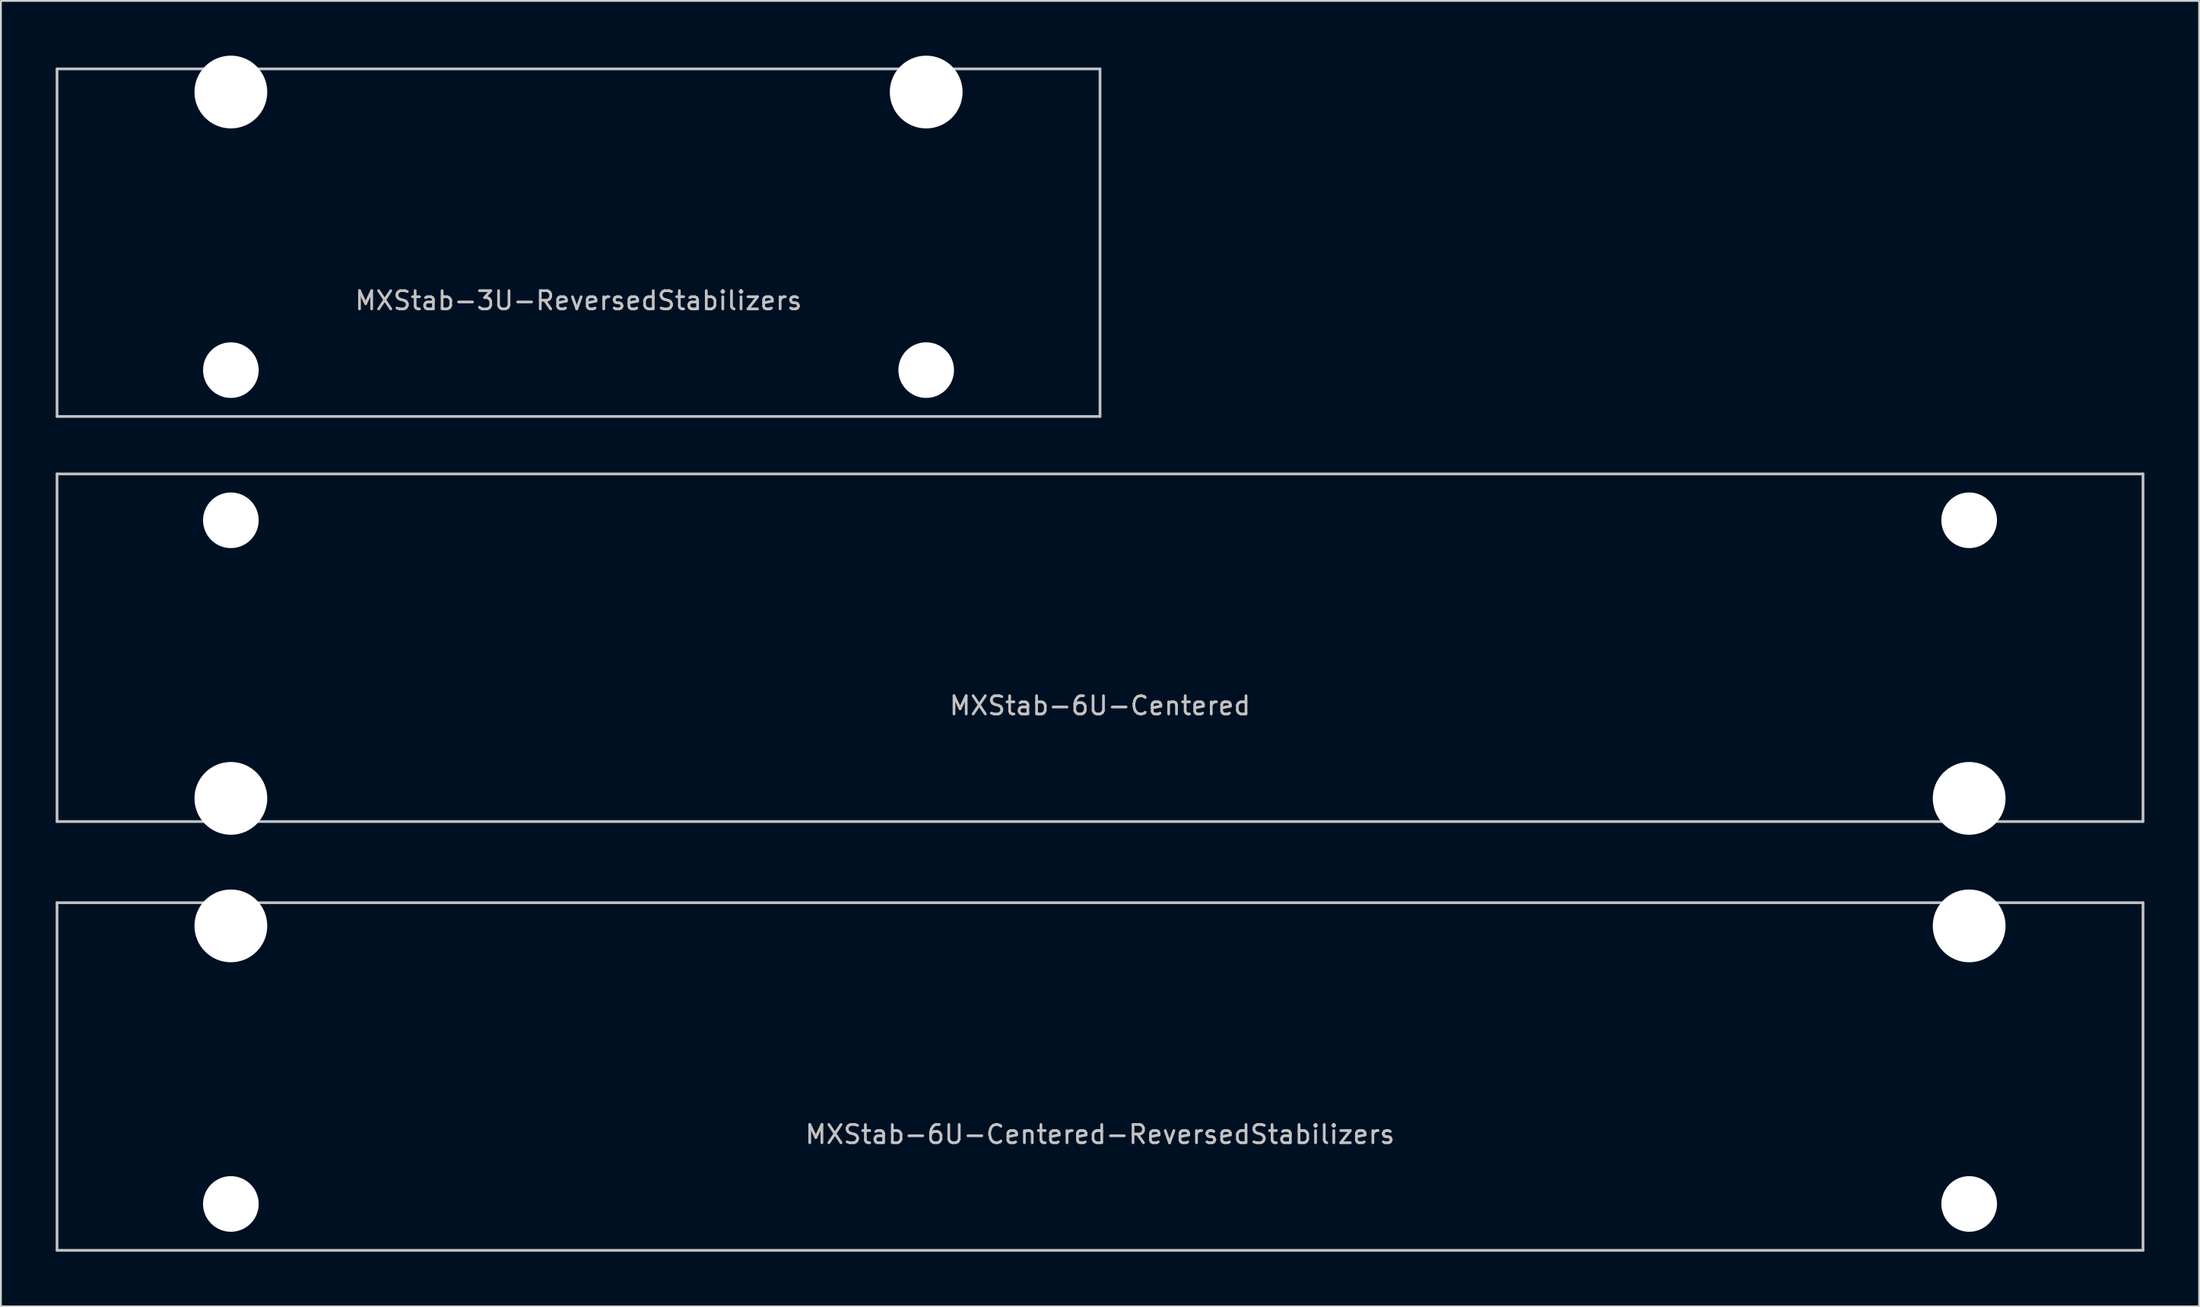
<source format=kicad_pcb>
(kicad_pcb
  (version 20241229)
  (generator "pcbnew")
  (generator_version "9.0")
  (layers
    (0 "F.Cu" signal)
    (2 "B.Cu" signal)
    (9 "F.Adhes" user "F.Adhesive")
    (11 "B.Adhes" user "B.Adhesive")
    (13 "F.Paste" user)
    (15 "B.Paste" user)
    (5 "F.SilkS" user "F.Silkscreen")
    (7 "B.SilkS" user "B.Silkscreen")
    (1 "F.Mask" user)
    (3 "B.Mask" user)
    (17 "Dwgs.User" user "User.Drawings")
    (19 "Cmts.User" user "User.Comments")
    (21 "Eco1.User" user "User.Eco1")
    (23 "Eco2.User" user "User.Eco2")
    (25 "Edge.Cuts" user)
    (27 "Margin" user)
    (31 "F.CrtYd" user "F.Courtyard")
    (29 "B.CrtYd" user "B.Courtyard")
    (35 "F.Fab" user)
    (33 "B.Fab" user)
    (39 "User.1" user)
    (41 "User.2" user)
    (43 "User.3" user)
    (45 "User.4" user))
  (footprint "MXStab-6U-Centered"
    (layer "F.Cu")
    (at 57.225 32.449)
    (property "Reference" "MXStab-6U-Centered" (at 0 3.175 0) (layer "Dwgs.User") (effects (font (size 1 1) (thickness 0.15))))
    (attr through_hole)
    (fp_line (start -57.15 -9.525) (end 57.15 -9.525) (stroke (width 0.15) (type solid)) (layer "Dwgs.User"))
    (fp_line (start -57.15 9.525) (end -57.15 -9.525) (stroke (width 0.15) (type solid)) (layer "Dwgs.User"))
    (fp_line (start -57.15 9.525) (end 57.15 9.525) (stroke (width 0.15) (type solid)) (layer "Dwgs.User"))
    (fp_line (start 57.15 -9.525) (end 57.15 9.525) (stroke (width 0.15) (type solid)) (layer "Dwgs.User"))
    (pad "" np_thru_hole circle (at -47.625 -6.985) (size 3.048 3.048) (drill 3.048) (layers "*.Cu" "*.Mask"))
    (pad "" np_thru_hole circle (at -47.625 8.255) (size 3.988 3.988) (drill 3.988) (layers "*.Cu" "*.Mask"))
    (pad "" np_thru_hole circle (at 47.625 -6.985) (size 3.048 3.048) (drill 3.048) (layers "*.Cu" "*.Mask"))
    (pad "" np_thru_hole circle (at 47.625 8.255) (size 3.988 3.988) (drill 3.988) (layers "*.Cu" "*.Mask")))
  (footprint "MXStab-6U-Centered-ReversedStabilizers"
    (layer "F.Cu")
    (at 57.225 55.947)
    (property "Reference" "MXStab-6U-Centered-ReversedStabilizers" (at 0 3.175 0) (layer "Dwgs.User") (effects (font (size 1 1) (thickness 0.15))))
    (attr through_hole)
    (fp_line (start -57.15 -9.525) (end 57.15 -9.525) (stroke (width 0.15) (type solid)) (layer "Dwgs.User"))
    (fp_line (start -57.15 9.525) (end -57.15 -9.525) (stroke (width 0.15) (type solid)) (layer "Dwgs.User"))
    (fp_line (start -57.15 9.525) (end 57.15 9.525) (stroke (width 0.15) (type solid)) (layer "Dwgs.User"))
    (fp_line (start 57.15 -9.525) (end 57.15 9.525) (stroke (width 0.15) (type solid)) (layer "Dwgs.User"))
    (pad "" np_thru_hole circle (at -47.625 -8.255) (size 3.988 3.988) (drill 3.988) (layers "*.Cu" "*.Mask"))
    (pad "" np_thru_hole circle (at -47.625 6.985) (size 3.048 3.048) (drill 3.048) (layers "*.Cu" "*.Mask"))
    (pad "" np_thru_hole circle (at 47.625 -8.255) (size 3.988 3.988) (drill 3.988) (layers "*.Cu" "*.Mask"))
    (pad "" np_thru_hole circle (at 47.625 6.985) (size 3.048 3.048) (drill 3.048) (layers "*.Cu" "*.Mask")))
  (footprint "MXStab-3U-ReversedStabilizers"
    (layer "F.Cu")
    (at 28.65 10.249)
    (property "Reference" "MXStab-3U-ReversedStabilizers" (at 0 3.175 0) (layer "Dwgs.User") (effects (font (size 1 1) (thickness 0.15))))
    (attr through_hole)
    (fp_line (start -28.575 -9.525) (end 28.575 -9.525) (stroke (width 0.15) (type solid)) (layer "Dwgs.User"))
    (fp_line (start -28.575 9.525) (end -28.575 -9.525) (stroke (width 0.15) (type solid)) (layer "Dwgs.User"))
    (fp_line (start -28.575 9.525) (end 28.575 9.525) (stroke (width 0.15) (type solid)) (layer "Dwgs.User"))
    (fp_line (start 28.575 -9.525) (end 28.575 9.525) (stroke (width 0.15) (type solid)) (layer "Dwgs.User"))
    (pad "" np_thru_hole circle (at -19.05 -8.255) (size 3.988 3.988) (drill 3.988) (layers "*.Cu" "*.Mask"))
    (pad "" np_thru_hole circle (at -19.05 6.985) (size 3.048 3.048) (drill 3.048) (layers "*.Cu" "*.Mask"))
    (pad "" np_thru_hole circle (at 19.05 -8.255) (size 3.988 3.988) (drill 3.988) (layers "*.Cu" "*.Mask"))
    (pad "" np_thru_hole circle (at 19.05 6.985) (size 3.048 3.048) (drill 3.048) (layers "*.Cu" "*.Mask")))
  (gr_rect
    (start -3 -3)
    (end 117.45 68.547)
    (stroke (width 0.1) (type default))
    (fill no)
    (layer "Edge.Cuts")))
</source>
